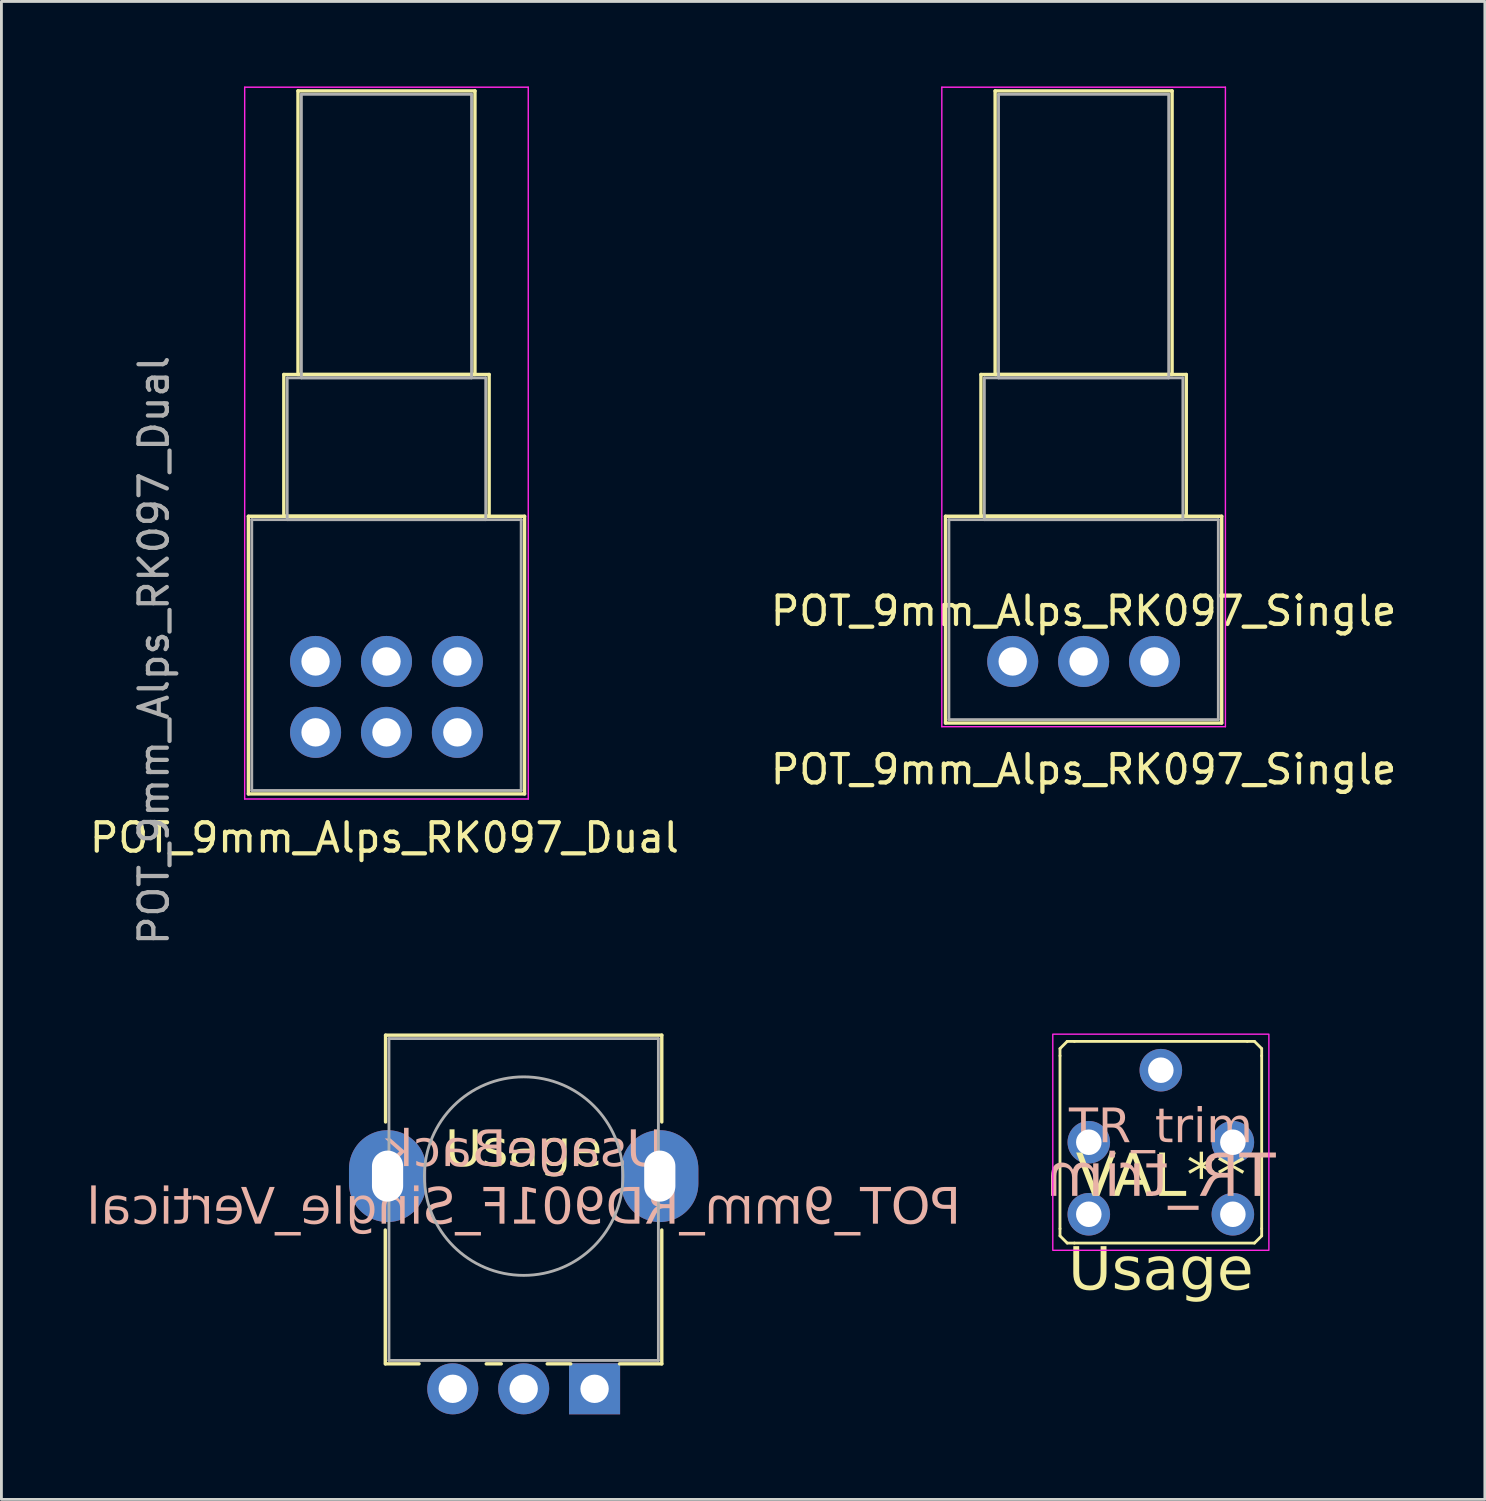
<source format=kicad_pcb>
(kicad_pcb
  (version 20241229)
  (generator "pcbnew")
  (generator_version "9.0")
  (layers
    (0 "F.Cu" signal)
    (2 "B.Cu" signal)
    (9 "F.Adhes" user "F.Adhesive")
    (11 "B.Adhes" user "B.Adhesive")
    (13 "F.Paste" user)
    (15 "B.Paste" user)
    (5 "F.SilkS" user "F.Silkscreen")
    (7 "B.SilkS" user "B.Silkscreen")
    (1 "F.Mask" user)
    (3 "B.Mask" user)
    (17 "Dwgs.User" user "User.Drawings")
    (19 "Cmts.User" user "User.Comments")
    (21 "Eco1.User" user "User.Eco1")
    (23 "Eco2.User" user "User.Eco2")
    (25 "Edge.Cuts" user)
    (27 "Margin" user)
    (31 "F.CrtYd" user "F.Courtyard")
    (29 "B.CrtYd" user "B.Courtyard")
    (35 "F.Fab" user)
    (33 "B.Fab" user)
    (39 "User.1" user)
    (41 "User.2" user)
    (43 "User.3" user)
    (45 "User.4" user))
  (footprint "POT_9mm_Alps_RK097_Single"
    (layer "F.Cu")
    (at 35.161 20.275)
    (property "Reference" "POT_9mm_Alps_RK097_Single" (at 0 3.81 0) (layer "F.SilkS") (effects (font (size 1 1) (thickness 0.15))))
    (attr through_hole)
    (fp_line (start -4.87 -5.12) (end 4.87 -5.12) (stroke (width 0.12) (type solid)) (layer "F.SilkS"))
    (fp_line (start -4.87 2.17) (end -4.87 -5.12) (stroke (width 0.12) (type solid)) (layer "F.SilkS"))
    (fp_line (start -4.87 2.17) (end 4.87 2.17) (stroke (width 0.12) (type solid)) (layer "F.SilkS"))
    (fp_line (start -3.62 -10.12) (end 3.62 -10.12) (stroke (width 0.12) (type solid)) (layer "F.SilkS"))
    (fp_line (start -3.62 -5.12) (end -3.62 -10.12) (stroke (width 0.12) (type solid)) (layer "F.SilkS"))
    (fp_line (start -3.62 -5.12) (end 3.62 -5.12) (stroke (width 0.12) (type solid)) (layer "F.SilkS"))
    (fp_line (start -3.12 -20.12) (end 3.12 -20.12) (stroke (width 0.12) (type solid)) (layer "F.SilkS"))
    (fp_line (start -3.12 -10.12) (end -3.12 -20.12) (stroke (width 0.12) (type solid)) (layer "F.SilkS"))
    (fp_line (start -3.12 -10.12) (end 3.12 -10.12) (stroke (width 0.12) (type solid)) (layer "F.SilkS"))
    (fp_line (start 3.12 -10.12) (end 3.12 -20.12) (stroke (width 0.12) (type solid)) (layer "F.SilkS"))
    (fp_line (start 3.62 -5.12) (end 3.62 -10.12) (stroke (width 0.12) (type solid)) (layer "F.SilkS"))
    (fp_line (start 4.87 2.17) (end 4.87 -5.12) (stroke (width 0.12) (type solid)) (layer "F.SilkS"))
    (fp_line (start -5 -20.25) (end -5 2.3) (stroke (width 0.05) (type solid)) (layer "F.CrtYd"))
    (fp_line (start -5 2.3) (end 5 2.3) (stroke (width 0.05) (type solid)) (layer "F.CrtYd"))
    (fp_line (start 5 -20.25) (end -5 -20.25) (stroke (width 0.05) (type solid)) (layer "F.CrtYd"))
    (fp_line (start 5 2.3) (end 5 -20.25) (stroke (width 0.05) (type solid)) (layer "F.CrtYd"))
    (fp_line (start -4.75 -5) (end -4.75 2.05) (stroke (width 0.1) (type solid)) (layer "F.Fab"))
    (fp_line (start -4.75 2.05) (end 4.75 2.05) (stroke (width 0.1) (type solid)) (layer "F.Fab"))
    (fp_line (start -3.5 -10) (end -3.5 -5) (stroke (width 0.1) (type solid)) (layer "F.Fab"))
    (fp_line (start -3.5 -5) (end 3.5 -5) (stroke (width 0.1) (type solid)) (layer "F.Fab"))
    (fp_line (start -3 -20) (end -3 -10) (stroke (width 0.1) (type solid)) (layer "F.Fab"))
    (fp_line (start -3 -10) (end 3 -10) (stroke (width 0.1) (type solid)) (layer "F.Fab"))
    (fp_line (start 3 -20) (end -3 -20) (stroke (width 0.1) (type solid)) (layer "F.Fab"))
    (fp_line (start 3 -10) (end 3 -20) (stroke (width 0.1) (type solid)) (layer "F.Fab"))
    (fp_line (start 3.5 -10) (end -3.5 -10) (stroke (width 0.1) (type solid)) (layer "F.Fab"))
    (fp_line (start 3.5 -5) (end 3.5 -10) (stroke (width 0.1) (type solid)) (layer "F.Fab"))
    (fp_line (start 4.75 -5) (end -4.75 -5) (stroke (width 0.1) (type solid)) (layer "F.Fab"))
    (fp_line (start 4.75 2.05) (end 4.75 -5) (stroke (width 0.1) (type solid)) (layer "F.Fab"))
    (fp_text user "${REFERENCE}" (at 0 -1.778 180) (layer "F.SilkS") (effects (font (size 1 1) (thickness 0.15))))
    (pad "1" thru_hole circle (at 2.5 0 90) (size 1.8 1.8) (drill 1) (layers "*.Cu" "*.Mask"))
    (pad "2" thru_hole circle (at 0 0 90) (size 1.8 1.8) (drill 1) (layers "*.Cu" "*.Mask"))
    (pad "3" thru_hole circle (at -2.5 0 90) (size 1.8 1.8) (drill 1) (layers "*.Cu" "*.Mask")))
  (footprint "POT_9mm_Alps_RK097_Dual"
    (layer "F.Cu")
    (at 10.578 22.775)
    (property "Reference" "POT_9mm_Alps_RK097_Dual" (at -0.072 3.716 180) (layer "F.SilkS") (effects (font (size 1 1) (thickness 0.15))))
    (attr through_hole)
    (fp_line (start -4.87 -7.62) (end 4.87 -7.62) (stroke (width 0.12) (type solid)) (layer "F.SilkS"))
    (fp_line (start -4.87 2.171) (end -4.87 -7.62) (stroke (width 0.12) (type solid)) (layer "F.SilkS"))
    (fp_line (start -4.87 2.171) (end 4.87 2.171) (stroke (width 0.12) (type solid)) (layer "F.SilkS"))
    (fp_line (start -3.62 -12.62) (end 3.62 -12.62) (stroke (width 0.12) (type solid)) (layer "F.SilkS"))
    (fp_line (start -3.62 -7.62) (end -3.62 -12.62) (stroke (width 0.12) (type solid)) (layer "F.SilkS"))
    (fp_line (start -3.62 -7.62) (end 3.62 -7.62) (stroke (width 0.12) (type solid)) (layer "F.SilkS"))
    (fp_line (start -3.12 -22.62) (end 3.12 -22.62) (stroke (width 0.12) (type solid)) (layer "F.SilkS"))
    (fp_line (start -3.12 -12.62) (end -3.12 -22.62) (stroke (width 0.12) (type solid)) (layer "F.SilkS"))
    (fp_line (start -3.12 -12.62) (end 3.12 -12.62) (stroke (width 0.12) (type solid)) (layer "F.SilkS"))
    (fp_line (start 3.12 -12.62) (end 3.12 -22.62) (stroke (width 0.12) (type solid)) (layer "F.SilkS"))
    (fp_line (start 3.62 -7.62) (end 3.62 -12.62) (stroke (width 0.12) (type solid)) (layer "F.SilkS"))
    (fp_line (start 4.87 2.171) (end 4.87 -7.62) (stroke (width 0.12) (type solid)) (layer "F.SilkS"))
    (fp_line (start -5 -22.75) (end -5 2.35) (stroke (width 0.05) (type solid)) (layer "F.CrtYd"))
    (fp_line (start -5 2.35) (end 5 2.35) (stroke (width 0.05) (type solid)) (layer "F.CrtYd"))
    (fp_line (start 5 -22.75) (end -5 -22.75) (stroke (width 0.05) (type solid)) (layer "F.CrtYd"))
    (fp_line (start 5 2.35) (end 5 -22.75) (stroke (width 0.05) (type solid)) (layer "F.CrtYd"))
    (fp_line (start -4.75 -7.5) (end -4.75 2.05) (stroke (width 0.1) (type solid)) (layer "F.Fab"))
    (fp_line (start -4.75 2.05) (end 4.75 2.05) (stroke (width 0.1) (type solid)) (layer "F.Fab"))
    (fp_line (start -3.5 -12.5) (end -3.5 -7.5) (stroke (width 0.1) (type solid)) (layer "F.Fab"))
    (fp_line (start -3.5 -7.5) (end 3.5 -7.5) (stroke (width 0.1) (type solid)) (layer "F.Fab"))
    (fp_line (start -3 -22.5) (end -3 -12.5) (stroke (width 0.1) (type solid)) (layer "F.Fab"))
    (fp_line (start -3 -12.5) (end 3 -12.5) (stroke (width 0.1) (type solid)) (layer "F.Fab"))
    (fp_line (start 3 -22.5) (end -3 -22.5) (stroke (width 0.1) (type solid)) (layer "F.Fab"))
    (fp_line (start 3 -12.5) (end 3 -22.5) (stroke (width 0.1) (type solid)) (layer "F.Fab"))
    (fp_line (start 3.5 -12.5) (end -3.5 -12.5) (stroke (width 0.1) (type solid)) (layer "F.Fab"))
    (fp_line (start 3.5 -7.5) (end 3.5 -12.5) (stroke (width 0.1) (type solid)) (layer "F.Fab"))
    (fp_line (start 4.75 -7.5) (end -4.75 -7.5) (stroke (width 0.1) (type solid)) (layer "F.Fab"))
    (fp_line (start 4.75 2.05) (end 4.75 -7.5) (stroke (width 0.1) (type solid)) (layer "F.Fab"))
    (fp_text user "${REFERENCE}" (at -8.2 -2.888 90) (layer "F.Fab") (effects (font (size 1 1) (thickness 0.15))))
    (pad "1" thru_hole circle (at 2.5 -2.5 90) (size 1.8 1.8) (drill 1) (layers "*.Cu" "*.Mask"))
    (pad "2" thru_hole circle (at 0 -2.5 90) (size 1.8 1.8) (drill 1) (layers "*.Cu" "*.Mask"))
    (pad "3" thru_hole circle (at -2.5 -2.5 90) (size 1.8 1.8) (drill 1) (layers "*.Cu" "*.Mask"))
    (pad "4" thru_hole circle (at 2.5 0 90) (size 1.8 1.8) (drill 1) (layers "*.Cu" "*.Mask"))
    (pad "5" thru_hole circle (at 0 0 90) (size 1.8 1.8) (drill 1) (layers "*.Cu" "*.Mask"))
    (pad "6" thru_hole circle (at -2.5 0 90) (size 1.8 1.8) (drill 1) (layers "*.Cu" "*.Mask")))
  (footprint "POT_9mm_RD901F_Single_Vertical"
    (layer "F.Cu")
    (at 15.416 38.423)
    (property "Reference" "POT_9mm_RD901F_Single_Vertical" (at 0 1.15 180) (layer "B.SilkS") (effects (font (face "Milk Run") (size 1.27 1.27) (thickness 0.15)) (justify mirror)))
    (property "Description" "Usage" (at 0 -0.882 0) (unlocked yes) (layer "F.SilkS") (effects (font (face "Milk Run") (size 1.27 1.27) (thickness 0.15))))
    (property "UsageBack" "UsageBack" (at 0 -0.882 0) (layer "B.SilkS") (effects (font (face "Milk Run") (size 1.27 1.27) (thickness 0.1)) (justify mirror)))
    (attr through_hole)
    (fp_line (start -4.88 6.62) (end -4.88 1.9) (stroke (width 0.12) (type solid)) (layer "F.SilkS"))
    (fp_line (start -4.87 -1.91) (end -4.87 -4.97) (stroke (width 0.12) (type solid)) (layer "F.SilkS"))
    (fp_line (start -3.69 6.62) (end -4.87 6.62) (stroke (width 0.12) (type solid)) (layer "F.SilkS"))
    (fp_line (start -0.79 6.62) (end -1.32 6.62) (stroke (width 0.12) (type solid)) (layer "F.SilkS"))
    (fp_line (start 1.66 6.62) (end 0.83 6.62) (stroke (width 0.12) (type solid)) (layer "F.SilkS"))
    (fp_line (start 4.87 -4.97) (end -4.87 -4.97) (stroke (width 0.12) (type solid)) (layer "F.SilkS"))
    (fp_line (start 4.87 -1.91) (end 4.87 -4.97) (stroke (width 0.12) (type solid)) (layer "F.SilkS"))
    (fp_line (start 4.87 6.62) (end 3.38 6.62) (stroke (width 0.12) (type solid)) (layer "F.SilkS"))
    (fp_line (start 4.87 6.62) (end 4.87 1.9) (stroke (width 0.12) (type solid)) (layer "F.SilkS"))
    (fp_line (start -4.75 6.5) (end -4.75 -4.85) (stroke (width 0.1) (type solid)) (layer "F.Fab"))
    (fp_line (start 4.75 -4.85) (end -4.75 -4.85) (stroke (width 0.1) (type solid)) (layer "F.Fab"))
    (fp_line (start 4.75 6.5) (end -4.75 6.5) (stroke (width 0.1) (type solid)) (layer "F.Fab"))
    (fp_line (start 4.75 6.5) (end 4.75 -4.85) (stroke (width 0.1) (type solid)) (layer "F.Fab"))
    (fp_circle (center 0 0) (end -3.5 0) (stroke (width 0.1) (type solid)) (fill no) (layer "F.Fab"))
    (pad "" thru_hole oval (at -4.8 0 180) (size 2.72 3.24) (drill oval 1.1 1.8) (layers "*.Cu" "*.Mask"))
    (pad "" thru_hole oval (at 4.8 0 180) (size 2.72 3.24) (drill oval 1.1 1.8) (layers "*.Cu" "*.Mask"))
    (pad "1" thru_hole rect (at 2.5 7.5 180) (size 1.8 1.8) (drill 1) (layers "*.Cu" "*.Mask"))
    (pad "2" thru_hole circle (at 0 7.5 180) (size 1.8 1.8) (drill 1) (layers "*.Cu" "*.Mask"))
    (pad "3" thru_hole circle (at -2.5 7.5 180) (size 1.8 1.8) (drill 1) (layers "*.Cu" "*.Mask")))
  (footprint "TR_trim"
    (layer "F.Cu")
    (at 37.884 37.228)
    (property "Reference" "TR_trim" (at 0 -0.5 0) (unlocked yes) (layer "B.SilkS") (effects (font (face "Milk Run") (size 1.2 1.2) (thickness 0.1))))
    (property "Value" "VAL**" (at 0 1 0) (unlocked yes) (layer "F.SilkS") (hide yes) (effects (font (face "Milk Run") (size 1.2 1.2) (thickness 0.1))))
    (property "Description" "Usage" (at 0 4.572 0) (unlocked yes) (layer "F.SilkS") (effects (font (face "Milk Run") (size 1.5 1.5) (thickness 0.15))))
    (attr through_hole)
    (fp_line (start -3.556 -3.302) (end -3.302 -3.556) (stroke (width 0.1) (type default)) (layer "F.SilkS"))
    (fp_line (start -3.556 -3.048) (end -3.556 -3.302) (stroke (width 0.1) (type default)) (layer "F.SilkS"))
    (fp_line (start -3.556 3.048) (end -3.556 -3.048) (stroke (width 0.1) (type default)) (layer "F.SilkS"))
    (fp_line (start -3.556 3.302) (end -3.556 3.048) (stroke (width 0.1) (type default)) (layer "F.SilkS"))
    (fp_line (start -3.302 -3.556) (end -3.048 -3.556) (stroke (width 0.1) (type default)) (layer "F.SilkS"))
    (fp_line (start -3.302 3.556) (end -3.556 3.302) (stroke (width 0.1) (type default)) (layer "F.SilkS"))
    (fp_line (start -3.048 -3.556) (end 3.048 -3.556) (stroke (width 0.1) (type default)) (layer "F.SilkS"))
    (fp_line (start -3.048 3.556) (end -3.302 3.556) (stroke (width 0.1) (type default)) (layer "F.SilkS"))
    (fp_line (start 3.048 -3.556) (end 3.302 -3.556) (stroke (width 0.1) (type default)) (layer "F.SilkS"))
    (fp_line (start 3.302 -3.556) (end 3.556 -3.302) (stroke (width 0.1) (type default)) (layer "F.SilkS"))
    (fp_line (start 3.302 3.556) (end -3.048 3.556) (stroke (width 0.1) (type default)) (layer "F.SilkS"))
    (fp_line (start 3.556 -3.302) (end 3.556 -3.048) (stroke (width 0.1) (type default)) (layer "F.SilkS"))
    (fp_line (start 3.556 -3.048) (end 3.556 3.048) (stroke (width 0.1) (type default)) (layer "F.SilkS"))
    (fp_line (start 3.556 3.048) (end 3.556 3.302) (stroke (width 0.1) (type default)) (layer "F.SilkS"))
    (fp_line (start 3.556 3.302) (end 3.302 3.556) (stroke (width 0.1) (type default)) (layer "F.SilkS"))
    (fp_rect (start -3.81 -3.81) (end 3.81 3.81) (stroke (width 0.05) (type default)) (fill no) (layer "F.CrtYd"))
    (fp_text user "${VALUE}" (at 0 1.27 0) (layer "F.SilkS") (effects (font (face "Milk Run") (size 1.5 1.5) (thickness 0.1))))
    (fp_text user "${REFERENCE}" (at 0 1.27 0) (layer "B.SilkS") (effects (font (face "Milk Run") (size 1.5 1.5) (thickness 0.1)) (justify mirror)))
    (pad "1" thru_hole circle (at -2.54 0) (size 1.5 1.5) (drill 0.9) (layers "*.Cu" "*.Mask"))
    (pad "1" thru_hole circle (at -2.54 2.54) (size 1.5 1.5) (drill 0.9) (layers "*.Cu" "*.Mask"))
    (pad "2" thru_hole circle (at 0 -2.54) (size 1.5 1.5) (drill 0.9) (layers "*.Cu" "*.Mask"))
    (pad "3" thru_hole circle (at 2.54 0) (size 1.5 1.5) (drill 0.9) (layers "*.Cu" "*.Mask"))
    (pad "3" thru_hole circle (at 2.54 2.54) (size 1.5 1.5) (drill 0.9) (layers "*.Cu" "*.Mask")))
  (gr_rect
    (start -3 -3)
    (end 49.31 49.823)
    (stroke (width 0.1) (type default))
    (fill no)
    (layer "Edge.Cuts")))
</source>
